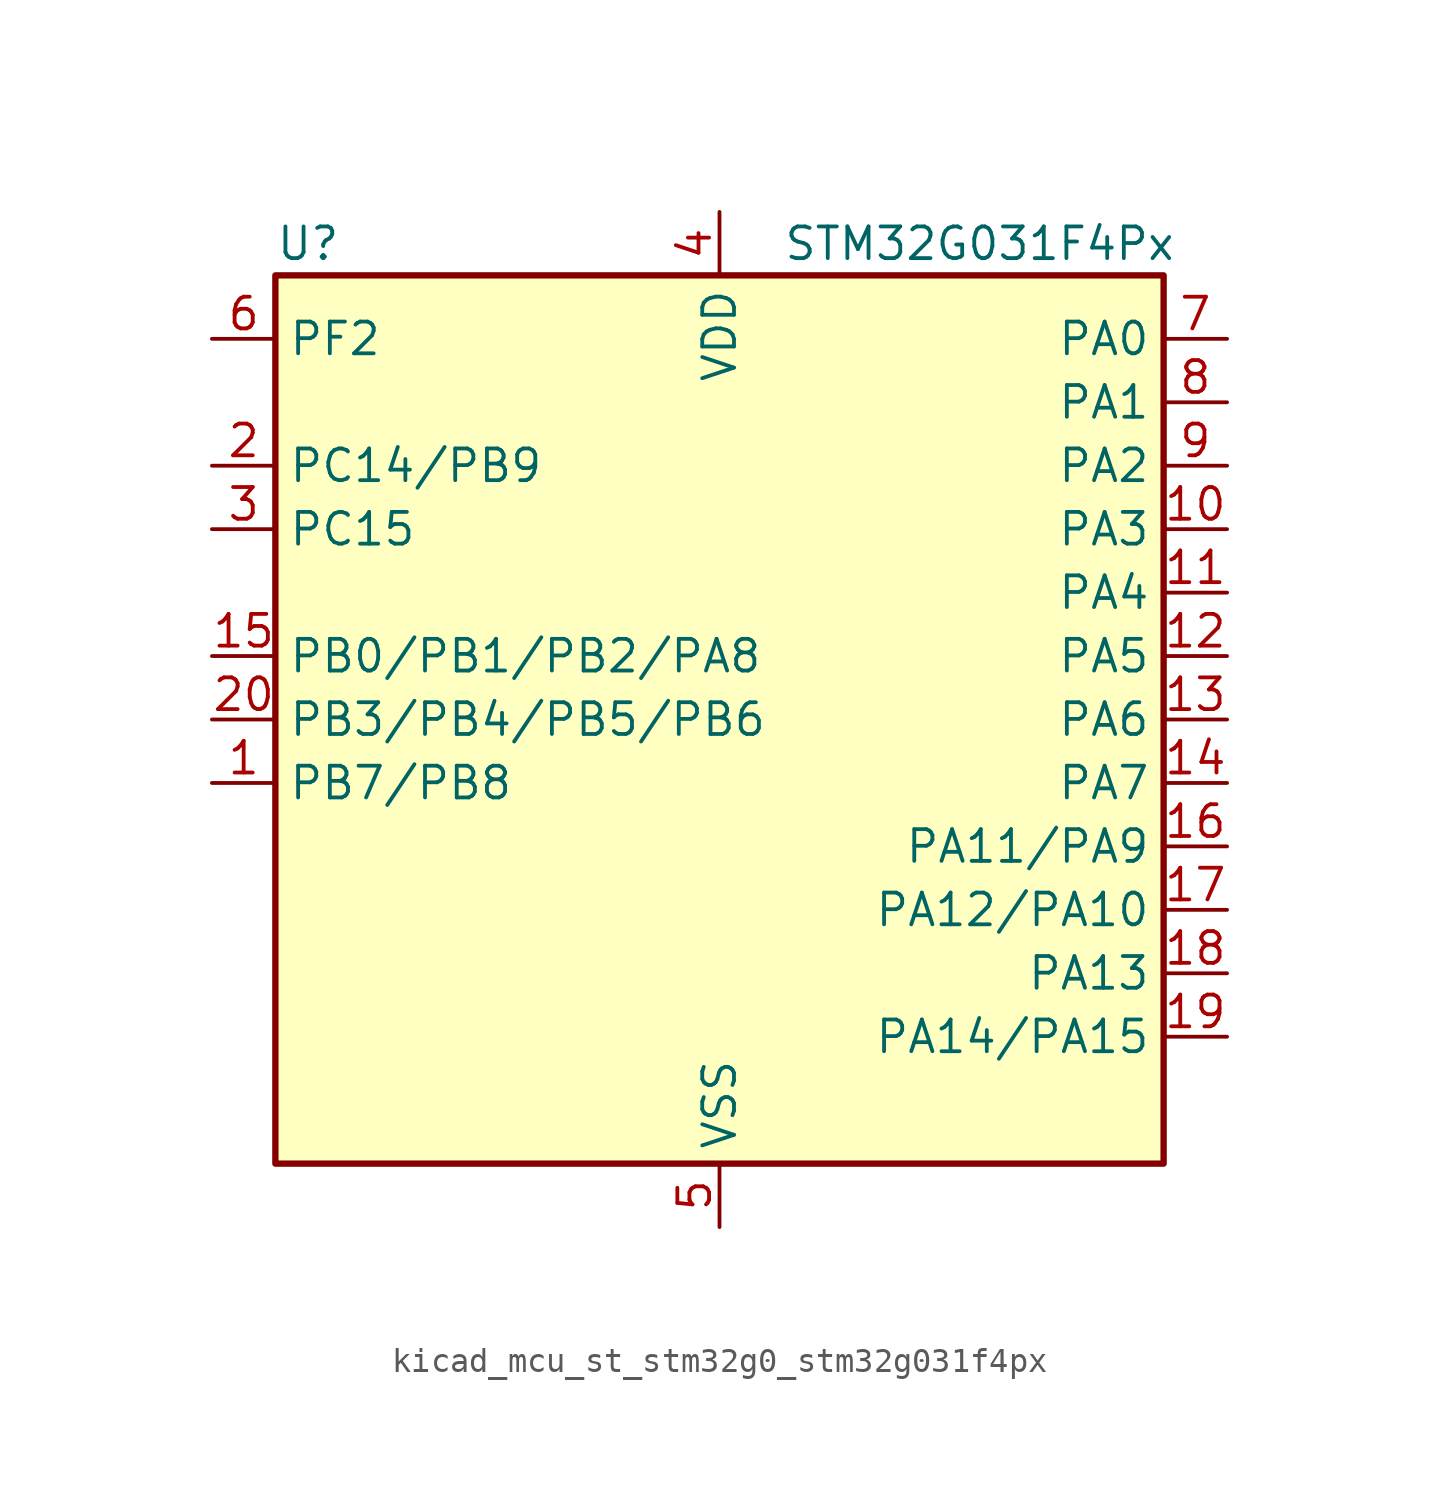
<source format=kicad_sym>
(kicad_symbol_lib
  (version 20220914)
  (generator kicad_symbol_editor)
  (symbol "kicad_mcu_st_stm32g0_stm32g031f4px"
    (property "Reference" "U"
      (at -17.78 19.05 0)
      (effects (font (size 1.27 1.27)) (justify left)))
    (property "Value" "STM32G031F4Px"
      (at 2.54 19.05 0)
      (effects (font (size 1.27 1.27)) (justify left)))
    (property "ki_locked" ""
      (at 0 0 0)
      (effects (font (size 1.27 1.27))))
    (symbol "kicad_mcu_st_stm32g0_stm32g031f4px_0_1"
      (rectangle (start -17.78 -17.78) (end 17.78 17.78) (stroke (width 0.254) (type default)) (fill (type background))))
    (symbol "kicad_mcu_st_stm32g0_stm32g031f4px_1_1"
      (pin bidirectional line (at -20.32 -2.54 0) (length 2.54) (name "PB7/PB8" (effects (font (size 1.27 1.27)))) (number "1" (effects (font (size 1.27 1.27)))) (alternate "ADC1_IN11" bidirectional line) (alternate "I2C1_SDA" bidirectional line) (alternate "LPTIM1_IN2" bidirectional line) (alternate "SPI2_MOSI" bidirectional line) (alternate "SYS_PVD_IN" bidirectional line) (alternate "TIM17_CH1N" bidirectional line) (alternate "USART1_RX" bidirectional line))
      (pin bidirectional line (at 20.32 7.62 180) (length 2.54) (name "PA3" (effects (font (size 1.27 1.27)))) (number "10" (effects (font (size 1.27 1.27)))) (alternate "ADC1_IN3" bidirectional line) (alternate "LPUART1_RX" bidirectional line) (alternate "SPI2_MISO" bidirectional line) (alternate "TIM2_CH4" bidirectional line) (alternate "USART2_RX" bidirectional line))
      (pin bidirectional line (at 20.32 5.08 180) (length 2.54) (name "PA4" (effects (font (size 1.27 1.27)))) (number "11" (effects (font (size 1.27 1.27)))) (alternate "ADC1_IN4" bidirectional line) (alternate "I2S1_WS" bidirectional line) (alternate "LPTIM2_OUT" bidirectional line) (alternate "RTC_OUT_ALARM" bidirectional line) (alternate "RTC_OUT_CALIB" bidirectional line) (alternate "RTC_TAMP_IN1" bidirectional line) (alternate "RTC_TS" bidirectional line) (alternate "SPI1_NSS" bidirectional line) (alternate "SPI2_MOSI" bidirectional line) (alternate "SYS_WKUP2" bidirectional line) (alternate "TIM14_CH1" bidirectional line))
      (pin bidirectional line (at 20.32 2.54 180) (length 2.54) (name "PA5" (effects (font (size 1.27 1.27)))) (number "12" (effects (font (size 1.27 1.27)))) (alternate "ADC1_IN5" bidirectional line) (alternate "I2S1_CK" bidirectional line) (alternate "LPTIM2_ETR" bidirectional line) (alternate "SPI1_SCK" bidirectional line) (alternate "TIM2_CH1" bidirectional line) (alternate "TIM2_ETR" bidirectional line))
      (pin bidirectional line (at 20.32 0 180) (length 2.54) (name "PA6" (effects (font (size 1.27 1.27)))) (number "13" (effects (font (size 1.27 1.27)))) (alternate "ADC1_IN6" bidirectional line) (alternate "I2S1_MCK" bidirectional line) (alternate "LPUART1_CTS" bidirectional line) (alternate "SPI1_MISO" bidirectional line) (alternate "TIM16_CH1" bidirectional line) (alternate "TIM1_BK" bidirectional line) (alternate "TIM3_CH1" bidirectional line))
      (pin bidirectional line (at 20.32 -2.54 180) (length 2.54) (name "PA7" (effects (font (size 1.27 1.27)))) (number "14" (effects (font (size 1.27 1.27)))) (alternate "ADC1_IN7" bidirectional line) (alternate "I2S1_SD" bidirectional line) (alternate "SPI1_MOSI" bidirectional line) (alternate "TIM14_CH1" bidirectional line) (alternate "TIM17_CH1" bidirectional line) (alternate "TIM1_CH1N" bidirectional line) (alternate "TIM3_CH2" bidirectional line))
      (pin bidirectional line (at -20.32 2.54 0) (length 2.54) (name "PB0/PB1/PB2/PA8" (effects (font (size 1.27 1.27)))) (number "15" (effects (font (size 1.27 1.27)))) (alternate "ADC1_IN8" bidirectional line) (alternate "I2S1_WS" bidirectional line) (alternate "LPTIM1_OUT" bidirectional line) (alternate "SPI1_NSS" bidirectional line) (alternate "TIM1_CH2N" bidirectional line) (alternate "TIM3_CH3" bidirectional line))
      (pin bidirectional line (at 20.32 -5.08 180) (length 2.54) (name "PA11/PA9" (effects (font (size 1.27 1.27)))) (number "16" (effects (font (size 1.27 1.27)))) (alternate "ADC1_EXTI11" bidirectional line) (alternate "ADC1_IN15" bidirectional line) (alternate "I2C2_SCL" bidirectional line) (alternate "I2S1_MCK" bidirectional line) (alternate "SPI1_MISO" bidirectional line) (alternate "TIM1_BK2" bidirectional line) (alternate "TIM1_CH4" bidirectional line) (alternate "USART1_CTS" bidirectional line) (alternate "USART1_NSS" bidirectional line))
      (pin bidirectional line (at 20.32 -7.62 180) (length 2.54) (name "PA12/PA10" (effects (font (size 1.27 1.27)))) (number "17" (effects (font (size 1.27 1.27)))) (alternate "ADC1_IN16" bidirectional line) (alternate "I2C2_SDA" bidirectional line) (alternate "I2S1_SD" bidirectional line) (alternate "I2S_CKIN" bidirectional line) (alternate "SPI1_MOSI" bidirectional line) (alternate "TIM1_ETR" bidirectional line) (alternate "USART1_CK" bidirectional line) (alternate "USART1_DE" bidirectional line) (alternate "USART1_RTS" bidirectional line))
      (pin bidirectional line (at 20.32 -10.16 180) (length 2.54) (name "PA13" (effects (font (size 1.27 1.27)))) (number "18" (effects (font (size 1.27 1.27)))) (alternate "ADC1_IN17" bidirectional line) (alternate "IR_OUT" bidirectional line) (alternate "SYS_SWDIO" bidirectional line))
      (pin bidirectional line (at 20.32 -12.7 180) (length 2.54) (name "PA14/PA15" (effects (font (size 1.27 1.27)))) (number "19" (effects (font (size 1.27 1.27)))) (alternate "ADC1_IN18" bidirectional line) (alternate "SYS_SWCLK" bidirectional line) (alternate "USART2_TX" bidirectional line))
      (pin bidirectional line (at -20.32 10.16 0) (length 2.54) (name "PC14/PB9" (effects (font (size 1.27 1.27)))) (number "2" (effects (font (size 1.27 1.27)))) (alternate "RCC_OSC32_IN" bidirectional line) (alternate "RCC_OSC_IN" bidirectional line) (alternate "TIM1_BK2" bidirectional line))
      (pin bidirectional line (at -20.32 0 0) (length 2.54) (name "PB3/PB4/PB5/PB6" (effects (font (size 1.27 1.27)))) (number "20" (effects (font (size 1.27 1.27)))) (alternate "I2S1_CK" bidirectional line) (alternate "SPI1_SCK" bidirectional line) (alternate "TIM1_CH2" bidirectional line) (alternate "TIM2_CH2" bidirectional line) (alternate "USART1_CK" bidirectional line) (alternate "USART1_DE" bidirectional line) (alternate "USART1_RTS" bidirectional line))
      (pin bidirectional line (at -20.32 7.62 0) (length 2.54) (name "PC15" (effects (font (size 1.27 1.27)))) (number "3" (effects (font (size 1.27 1.27)))) (alternate "RCC_OSC32_EN" bidirectional line) (alternate "RCC_OSC32_OUT" bidirectional line) (alternate "RCC_OSC_EN" bidirectional line))
      (pin power_in line (at 0 20.32 270) (length 2.54) (name "VDD" (effects (font (size 1.27 1.27)))) (number "4" (effects (font (size 1.27 1.27)))))
      (pin power_in line (at 0 -20.32 90) (length 2.54) (name "VSS" (effects (font (size 1.27 1.27)))) (number "5" (effects (font (size 1.27 1.27)))))
      (pin bidirectional line (at -20.32 15.24 0) (length 2.54) (name "PF2" (effects (font (size 1.27 1.27)))) (number "6" (effects (font (size 1.27 1.27)))) (alternate "RCC_MCO" bidirectional line))
      (pin bidirectional line (at 20.32 15.24 180) (length 2.54) (name "PA0" (effects (font (size 1.27 1.27)))) (number "7" (effects (font (size 1.27 1.27)))) (alternate "ADC1_IN0" bidirectional line) (alternate "LPTIM1_OUT" bidirectional line) (alternate "RTC_TAMP_IN2" bidirectional line) (alternate "SPI2_SCK" bidirectional line) (alternate "SYS_WKUP1" bidirectional line) (alternate "TIM2_CH1" bidirectional line) (alternate "TIM2_ETR" bidirectional line) (alternate "USART2_CTS" bidirectional line) (alternate "USART2_NSS" bidirectional line))
      (pin bidirectional line (at 20.32 12.7 180) (length 2.54) (name "PA1" (effects (font (size 1.27 1.27)))) (number "8" (effects (font (size 1.27 1.27)))) (alternate "ADC1_IN1" bidirectional line) (alternate "I2C1_SMBA" bidirectional line) (alternate "I2S1_CK" bidirectional line) (alternate "SPI1_SCK" bidirectional line) (alternate "TIM2_CH2" bidirectional line) (alternate "USART2_CK" bidirectional line) (alternate "USART2_DE" bidirectional line) (alternate "USART2_RTS" bidirectional line))
      (pin bidirectional line (at 20.32 10.16 180) (length 2.54) (name "PA2" (effects (font (size 1.27 1.27)))) (number "9" (effects (font (size 1.27 1.27)))) (alternate "ADC1_IN2" bidirectional line) (alternate "I2S1_SD" bidirectional line) (alternate "LPUART1_TX" bidirectional line) (alternate "RCC_LSCO" bidirectional line) (alternate "SPI1_MOSI" bidirectional line) (alternate "SYS_WKUP4" bidirectional line) (alternate "TIM2_CH3" bidirectional line) (alternate "USART2_TX" bidirectional line)))))
</source>
